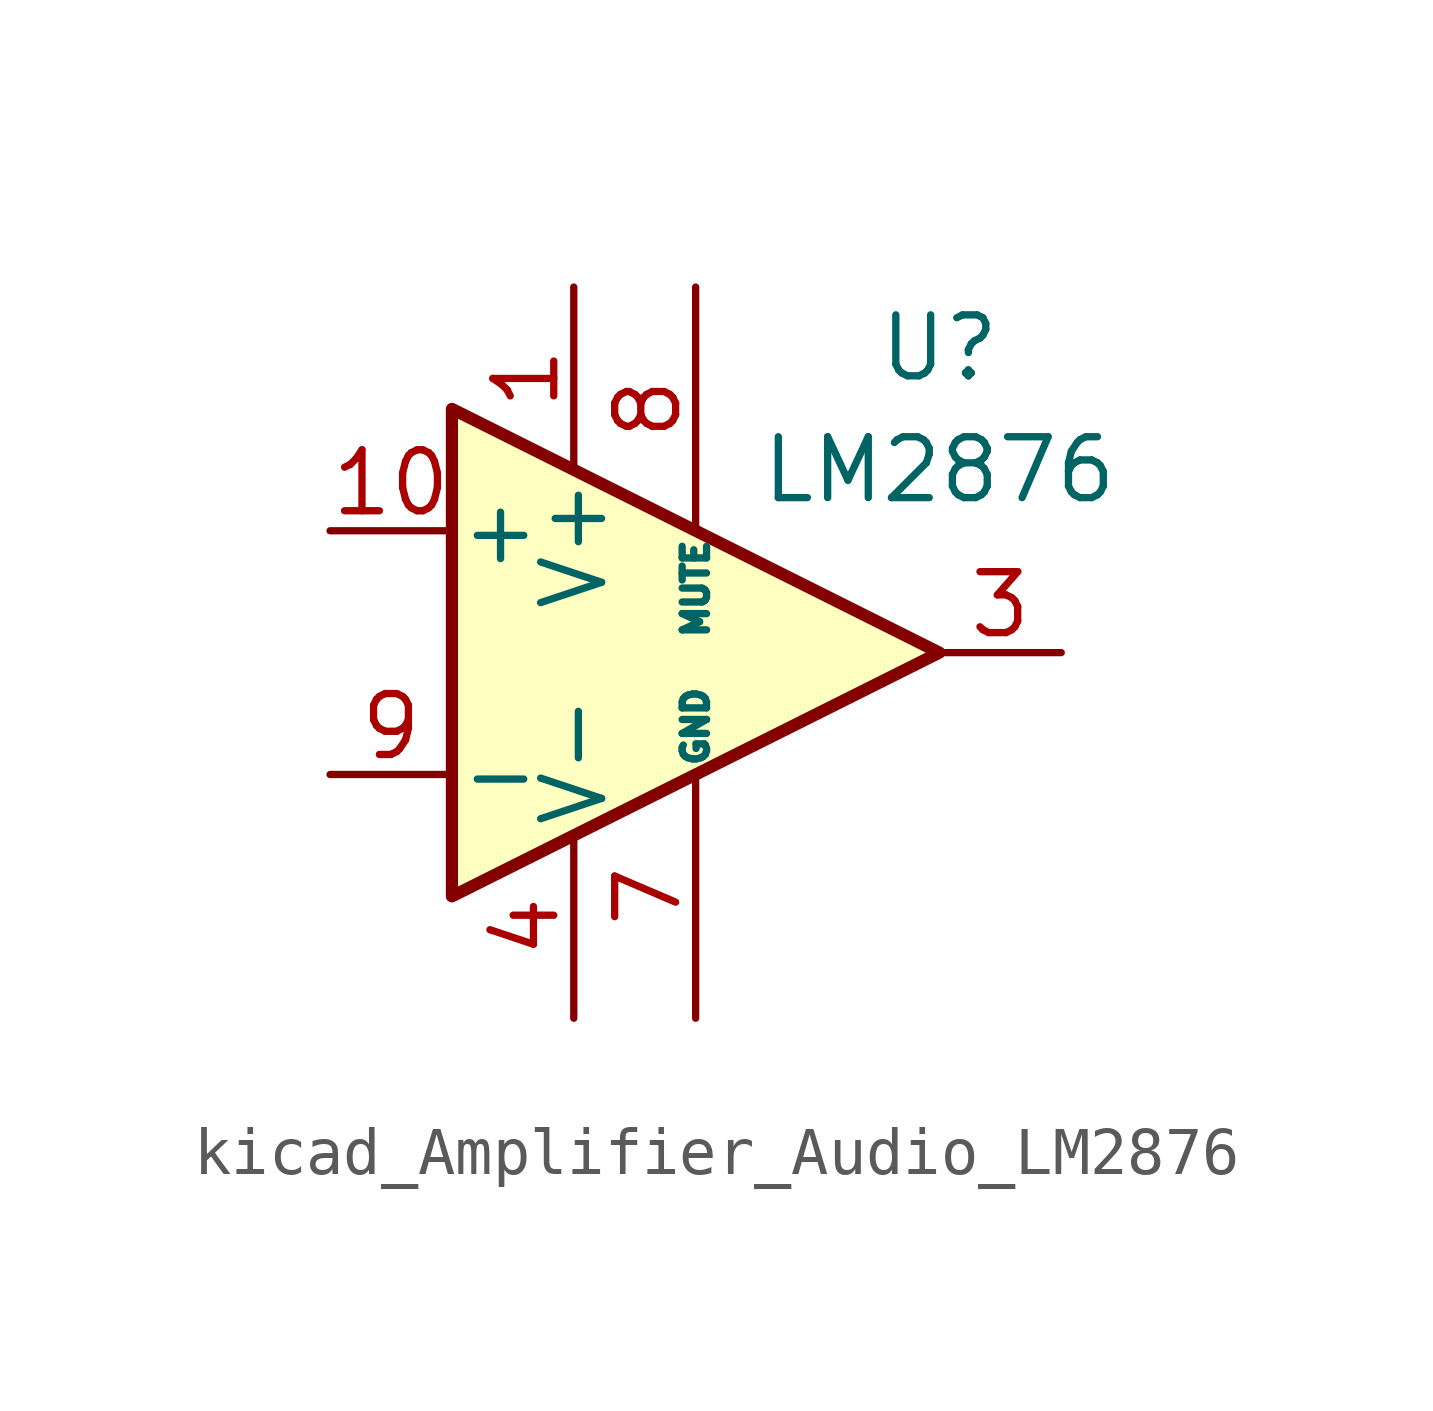
<source format=kicad_sym>
(kicad_symbol_lib
  (version 20220914)
  (generator kicad_symbol_editor)
  (symbol "kicad_Amplifier_Audio_LM2876"
    (pin_names
      (offset 0.127))
    (property "Reference" "U"
      (at 5.08 6.35 0)
      (effects (font (size 1.27 1.27))))
    (property "Value" "LM2876"
      (at 5.08 3.81 0)
      (effects (font (size 1.27 1.27))))
    (symbol "kicad_Amplifier_Audio_LM2876_0_1"
      (polyline (pts (xy -5.08 5.08) (xy 5.08 0) (xy -5.08 -5.08) (xy -5.08 5.08)) (stroke (width 0.254) (type default)) (fill (type background))))
    (symbol "kicad_Amplifier_Audio_LM2876_1_1"
      (pin power_in line (at -2.54 7.62 270) (length 3.81) (name "V+" (effects (font (size 1.27 1.27)))) (number "1" (effects (font (size 1.27 1.27)))))
      (pin input line (at -7.62 2.54 0) (length 2.54) (name "+" (effects (font (size 1.27 1.27)))) (number "10" (effects (font (size 1.27 1.27)))))
      (pin no_connect line (at -5.08 5.08 270) (length 2.54) hide (name "NC" (effects (font (size 1.27 1.27)))) (number "11" (effects (font (size 1.27 1.27)))))
      (pin no_connect line (at -2.54 3.81 270) (length 2.54) hide (name "NC" (effects (font (size 1.27 1.27)))) (number "2" (effects (font (size 1.27 1.27)))))
      (pin output line (at 7.62 0 180) (length 2.54) (name "~" (effects (font (size 1.27 1.27)))) (number "3" (effects (font (size 1.27 1.27)))))
      (pin power_in line (at -2.54 -7.62 90) (length 3.81) (name "V-" (effects (font (size 1.27 1.27)))) (number "4" (effects (font (size 1.27 1.27)))))
      (pin no_connect line (at -2.54 -3.81 270) (length 3.81) hide (name "NC" (effects (font (size 1.27 1.27)))) (number "5" (effects (font (size 1.27 1.27)))))
      (pin no_connect line (at -5.08 -5.08 90) (length 2.54) hide (name "NC" (effects (font (size 1.27 1.27)))) (number "6" (effects (font (size 1.27 1.27)))))
      (pin power_in line (at 0 -7.62 90) (length 5.08) (name "GND" (effects (font (size 0.508 0.508)))) (number "7" (effects (font (size 1.27 1.27)))))
      (pin input line (at 0 7.62 270) (length 5.08) (name "MUTE" (effects (font (size 0.508 0.508)))) (number "8" (effects (font (size 1.27 1.27)))))
      (pin input line (at -7.62 -2.54 0) (length 2.54) (name "-" (effects (font (size 1.27 1.27)))) (number "9" (effects (font (size 1.27 1.27))))))))
</source>
